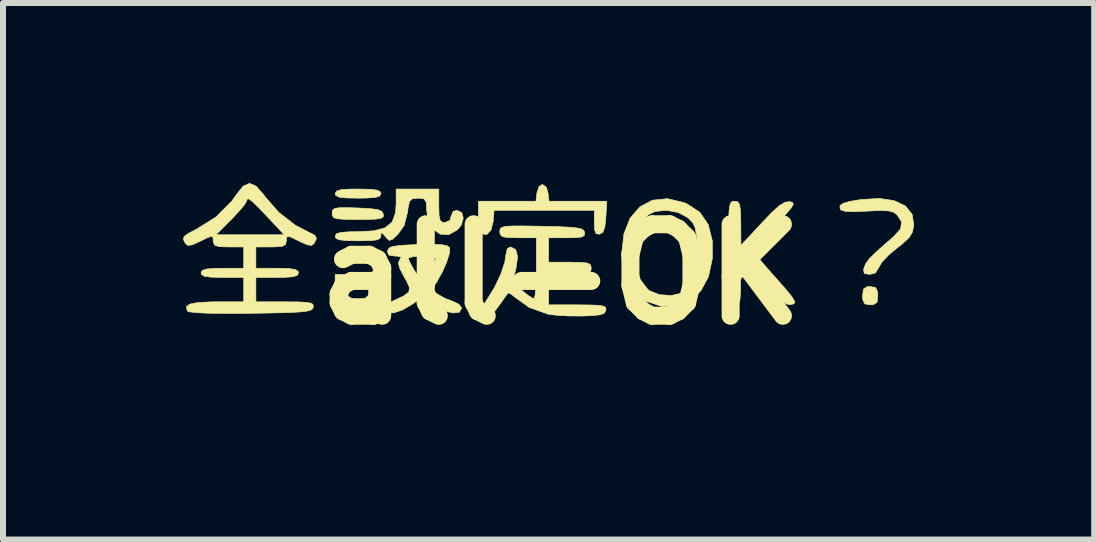
<source format=kicad_pcb>
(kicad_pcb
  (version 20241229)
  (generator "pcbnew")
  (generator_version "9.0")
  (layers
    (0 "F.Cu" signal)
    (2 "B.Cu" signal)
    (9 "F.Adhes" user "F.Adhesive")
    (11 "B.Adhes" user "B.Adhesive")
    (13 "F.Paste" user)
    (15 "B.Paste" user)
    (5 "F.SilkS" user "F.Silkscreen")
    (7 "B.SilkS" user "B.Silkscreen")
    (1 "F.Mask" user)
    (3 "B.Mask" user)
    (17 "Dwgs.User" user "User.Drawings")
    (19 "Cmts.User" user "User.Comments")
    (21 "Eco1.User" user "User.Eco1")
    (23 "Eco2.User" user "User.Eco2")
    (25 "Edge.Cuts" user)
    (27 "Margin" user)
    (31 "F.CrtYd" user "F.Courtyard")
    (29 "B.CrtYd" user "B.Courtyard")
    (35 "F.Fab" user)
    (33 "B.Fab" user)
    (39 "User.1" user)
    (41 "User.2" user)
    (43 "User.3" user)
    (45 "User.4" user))
  (footprint "all-OK"
    (layer "F.Cu")
    (at 6.294 1.522)
    (property "Reference" "all-OK" (at 0 0 0) (layer "F.SilkS") (effects (font (size 1.524 1.524) (thickness 0.3))))
    (attr through_hole)
    (fp_poly (pts (xy 5.247 0.22) (xy 5.28 0.289) (xy 5.283 0.356) (xy 5.27 0.465) (xy 5.211 0.504) (xy 5.156 0.508) (xy 5.065 0.492) (xy 5.032 0.422) (xy 5.029 0.356) (xy 5.043 0.247) (xy 5.101 0.207) (xy 5.156 0.203) (xy 5.247 0.22)) (stroke (width 0.01) (type solid)) (fill yes) (layer "F.SilkS"))
    (fp_poly (pts (xy -3.177 -1.418) (xy -3.059 -1.404) (xy -3.006 -1.375) (xy -2.997 -1.346) (xy -3.017 -1.306) (xy -3.089 -1.282) (xy -3.232 -1.272) (xy -3.378 -1.27) (xy -3.579 -1.274) (xy -3.697 -1.288) (xy -3.75 -1.317) (xy -3.759 -1.346) (xy -3.739 -1.386) (xy -3.667 -1.41) (xy -3.524 -1.421) (xy -3.378 -1.422) (xy -3.177 -1.418)) (stroke (width 0.01) (type solid)) (fill yes) (layer "F.SilkS"))
    (fp_poly (pts (xy -3.177 -0.352) (xy -3.059 -0.337) (xy -3.006 -0.309) (xy -2.997 -0.279) (xy -3.017 -0.239) (xy -3.089 -0.216) (xy -3.232 -0.205) (xy -3.378 -0.203) (xy -3.579 -0.207) (xy -3.697 -0.222) (xy -3.75 -0.25) (xy -3.759 -0.279) (xy -3.739 -0.32) (xy -3.667 -0.343) (xy -3.524 -0.354) (xy -3.378 -0.356) (xy -3.177 -0.352)) (stroke (width 0.01) (type solid)) (fill yes) (layer "F.SilkS"))
    (fp_poly (pts (xy -3.391 -1.107) (xy -3.18 -1.096) (xy -3.051 -1.079) (xy -2.983 -1.051) (xy -2.957 -1.007) (xy -2.956 -1.003) (xy -2.958 -0.96) (xy -2.997 -0.934) (xy -3.091 -0.92) (xy -3.26 -0.915) (xy -3.374 -0.914) (xy -3.585 -0.916) (xy -3.714 -0.925) (xy -3.782 -0.945) (xy -3.807 -0.981) (xy -3.81 -1.018) (xy -3.803 -1.069) (xy -3.768 -1.098) (xy -3.686 -1.111) (xy -3.536 -1.111) (xy -3.391 -1.107)) (stroke (width 0.01) (type solid)) (fill yes) (layer "F.SilkS"))
    (fp_poly (pts (xy -2.997 0.559) (xy -3.271 0.559) (xy -3.452 0.569) (xy -3.55 0.603) (xy -3.574 0.635) (xy -3.642 0.703) (xy -3.681 0.711) (xy -3.723 0.692) (xy -3.748 0.62) (xy -3.758 0.477) (xy -3.759 0.356) (xy -3.759 0.279) (xy -3.556 0.279) (xy -3.543 0.365) (xy -3.483 0.4) (xy -3.378 0.406) (xy -3.258 0.397) (xy -3.209 0.354) (xy -3.2 0.279) (xy -3.214 0.194) (xy -3.273 0.158) (xy -3.378 0.152) (xy -3.498 0.162) (xy -3.548 0.205) (xy -3.556 0.279) (xy -3.759 0.279) (xy -3.759 0) (xy -2.997 0) (xy -2.997 0.559)) (stroke (width 0.01) (type solid)) (fill yes) (layer "F.SilkS"))
    (fp_poly (pts (xy -0.241 -1.453) (xy -0.213 -1.359) (xy -0.196 -1.219) (xy 0.285 -1.219) (xy 0.767 -1.219) (xy 0.752 -0.953) (xy 0.734 -0.787) (xy 0.7 -0.699) (xy 0.648 -0.67) (xy 0.59 -0.677) (xy 0.564 -0.743) (xy 0.559 -0.86) (xy 0.559 -1.067) (xy -1.111 -1.067) (xy -1.127 -0.877) (xy -1.163 -0.738) (xy -1.231 -0.665) (xy -1.313 -0.674) (xy -1.336 -0.693) (xy -1.357 -0.76) (xy -1.37 -0.893) (xy -1.372 -0.974) (xy -1.372 -1.219) (xy -0.892 -1.219) (xy -0.413 -1.219) (xy -0.397 -1.359) (xy -0.36 -1.466) (xy -0.305 -1.499) (xy -0.241 -1.453)) (stroke (width 0.01) (type solid)) (fill yes) (layer "F.SilkS"))
    (fp_poly (pts (xy 5.557 -1.229) (xy 5.744 -1.139) (xy 5.855 -1.001) (xy 5.883 -0.822) (xy 5.861 -0.708) (xy 5.805 -0.613) (xy 5.693 -0.509) (xy 5.6 -0.437) (xy 5.456 -0.316) (xy 5.347 -0.198) (xy 5.302 -0.119) (xy 5.242 -0.022) (xy 5.147 0) (xy 5.058 -0.015) (xy 5.046 -0.077) (xy 5.055 -0.114) (xy 5.083 -0.18) (xy 5.137 -0.254) (xy 5.232 -0.351) (xy 5.381 -0.486) (xy 5.55 -0.631) (xy 5.663 -0.76) (xy 5.679 -0.878) (xy 5.603 -0.993) (xy 5.543 -1.037) (xy 5.454 -1.059) (xy 5.312 -1.064) (xy 5.098 -1.054) (xy 4.876 -1.044) (xy 4.739 -1.051) (xy 4.669 -1.074) (xy 4.655 -1.094) (xy 4.652 -1.146) (xy 4.703 -1.184) (xy 4.823 -1.217) (xy 4.997 -1.246) (xy 5.305 -1.266) (xy 5.557 -1.229)) (stroke (width 0.01) (type solid)) (fill yes) (layer "F.SilkS"))
    (fp_poly (pts (xy 2.055 -1.196) (xy 2.103 -1.176) (xy 2.318 -1.034) (xy 2.458 -0.828) (xy 2.526 -0.555) (xy 2.526 -0.265) (xy 2.463 0.034) (xy 2.336 0.271) (xy 2.156 0.439) (xy 1.937 0.53) (xy 1.69 0.536) (xy 1.428 0.449) (xy 1.426 0.447) (xy 1.226 0.307) (xy 1.097 0.124) (xy 1.03 -0.12) (xy 1.016 -0.355) (xy 1.019 -0.38) (xy 1.226 -0.38) (xy 1.251 -0.134) (xy 1.325 0.086) (xy 1.45 0.25) (xy 1.479 0.273) (xy 1.644 0.338) (xy 1.843 0.352) (xy 2.021 0.31) (xy 2.035 0.303) (xy 2.171 0.179) (xy 2.252 -0.023) (xy 2.28 -0.305) (xy 2.277 -0.445) (xy 2.263 -0.646) (xy 2.24 -0.775) (xy 2.198 -0.862) (xy 2.128 -0.936) (xy 2.117 -0.945) (xy 1.957 -1.031) (xy 1.762 -1.067) (xy 1.575 -1.049) (xy 1.461 -0.996) (xy 1.331 -0.84) (xy 1.253 -0.625) (xy 1.226 -0.38) (xy 1.019 -0.38) (xy 1.053 -0.678) (xy 1.156 -0.937) (xy 1.317 -1.125) (xy 1.527 -1.236) (xy 1.776 -1.262) (xy 2.055 -1.196)) (stroke (width 0.01) (type solid)) (fill yes) (layer "F.SilkS"))
    (fp_poly (pts (xy -2.032 -1.143) (xy -2.028 -0.982) (xy -2.009 -0.897) (xy -1.966 -0.867) (xy -1.93 -0.864) (xy -1.845 -0.9) (xy -1.829 -0.965) (xy -1.793 -1.05) (xy -1.727 -1.067) (xy -1.649 -1.029) (xy -1.625 -0.938) (xy -1.656 -0.825) (xy -1.719 -0.744) (xy -1.866 -0.662) (xy -2.009 -0.67) (xy -2.13 -0.755) (xy -2.211 -0.907) (xy -2.235 -1.078) (xy -2.242 -1.204) (xy -2.279 -1.258) (xy -2.368 -1.27) (xy -2.381 -1.27) (xy -2.471 -1.261) (xy -2.519 -1.218) (xy -2.544 -1.112) (xy -2.553 -1.035) (xy -2.61 -0.814) (xy -2.715 -0.667) (xy -2.806 -0.583) (xy -2.859 -0.566) (xy -2.907 -0.61) (xy -2.924 -0.632) (xy -2.978 -0.696) (xy -2.996 -0.677) (xy -2.997 -0.645) (xy -3.011 -0.6) (xy -3.067 -0.574) (xy -3.185 -0.562) (xy -3.378 -0.559) (xy -3.579 -0.563) (xy -3.697 -0.577) (xy -3.75 -0.606) (xy -3.759 -0.635) (xy -3.739 -0.676) (xy -3.666 -0.699) (xy -3.522 -0.71) (xy -3.385 -0.711) (xy -3.112 -0.726) (xy -2.925 -0.777) (xy -2.809 -0.874) (xy -2.754 -1.025) (xy -2.743 -1.172) (xy -2.743 -1.422) (xy -2.032 -1.422) (xy -2.032 -1.143)) (stroke (width 0.01) (type solid)) (fill yes) (layer "F.SilkS"))
    (fp_poly (pts (xy 2.948 -1.21) (xy 2.979 -1.167) (xy 2.994 -1.07) (xy 2.999 -0.897) (xy 3 -0.851) (xy 3.002 -0.483) (xy 3.348 -0.855) (xy 3.52 -1.035) (xy 3.644 -1.146) (xy 3.735 -1.201) (xy 3.81 -1.212) (xy 3.815 -1.211) (xy 3.863 -1.198) (xy 3.875 -1.168) (xy 3.84 -1.107) (xy 3.752 -1.004) (xy 3.603 -0.843) (xy 3.568 -0.807) (xy 3.417 -0.645) (xy 3.296 -0.512) (xy 3.219 -0.423) (xy 3.2 -0.395) (xy 3.232 -0.349) (xy 3.319 -0.244) (xy 3.446 -0.096) (xy 3.581 0.057) (xy 3.745 0.242) (xy 3.846 0.365) (xy 3.894 0.441) (xy 3.896 0.481) (xy 3.86 0.498) (xy 3.85 0.5) (xy 3.799 0.503) (xy 3.748 0.487) (xy 3.683 0.441) (xy 3.593 0.355) (xy 3.466 0.216) (xy 3.289 0.016) (xy 3.213 -0.071) (xy 2.997 -0.319) (xy 2.997 0.094) (xy 2.995 0.299) (xy 2.986 0.422) (xy 2.964 0.485) (xy 2.925 0.506) (xy 2.896 0.508) (xy 2.859 0.503) (xy 2.832 0.48) (xy 2.814 0.425) (xy 2.803 0.322) (xy 2.797 0.158) (xy 2.794 -0.081) (xy 2.794 -0.356) (xy 2.795 -0.67) (xy 2.797 -0.897) (xy 2.804 -1.052) (xy 2.816 -1.146) (xy 2.835 -1.197) (xy 2.863 -1.216) (xy 2.896 -1.219) (xy 2.948 -1.21)) (stroke (width 0.01) (type solid)) (fill yes) (layer "F.SilkS"))
    (fp_poly (pts (xy -1.981 -0.495) (xy -1.893 -0.477) (xy -1.853 -0.445) (xy -1.849 -0.437) (xy -1.855 -0.35) (xy -1.9 -0.208) (xy -1.972 -0.043) (xy -2.058 0.112) (xy -2.093 0.164) (xy -2.127 0.241) (xy -2.082 0.308) (xy -2.056 0.328) (xy -1.931 0.399) (xy -1.803 0.447) (xy -1.697 0.497) (xy -1.651 0.56) (xy -1.651 0.562) (xy -1.69 0.631) (xy -1.798 0.644) (xy -1.96 0.6) (xy -2.101 0.535) (xy -2.345 0.405) (xy -2.484 0.504) (xy -2.634 0.59) (xy -2.778 0.64) (xy -2.885 0.643) (xy -2.91 0.629) (xy -2.944 0.56) (xy -2.891 0.494) (xy -2.781 0.436) (xy -2.615 0.358) (xy -2.532 0.294) (xy -2.521 0.22) (xy -2.57 0.11) (xy -2.61 0.041) (xy -2.686 -0.106) (xy -2.706 -0.195) (xy -2.682 -0.245) (xy -2.67 -0.267) (xy -2.54 -0.267) (xy -2.515 -0.2) (xy -2.458 -0.095) (xy -2.388 0.013) (xy -2.331 0.088) (xy -2.311 0.102) (xy -2.27 0.063) (xy -2.202 -0.034) (xy -2.184 -0.064) (xy -2.118 -0.18) (xy -2.084 -0.258) (xy -2.083 -0.267) (xy -2.128 -0.289) (xy -2.243 -0.303) (xy -2.311 -0.305) (xy -2.448 -0.297) (xy -2.529 -0.278) (xy -2.54 -0.267) (xy -2.67 -0.267) (xy -2.66 -0.288) (xy -2.722 -0.304) (xy -2.762 -0.305) (xy -2.864 -0.321) (xy -2.888 -0.379) (xy -2.886 -0.394) (xy -2.865 -0.436) (xy -2.808 -0.464) (xy -2.697 -0.481) (xy -2.514 -0.492) (xy -2.373 -0.497) (xy -2.135 -0.501) (xy -1.981 -0.495)) (stroke (width 0.01) (type solid)) (fill yes) (layer "F.SilkS"))
    (fp_poly (pts (xy -0.374 -0.803) (xy -0.318 -0.802) (xy -0.037 -0.795) (xy 0.159 -0.785) (xy 0.284 -0.772) (xy 0.356 -0.752) (xy 0.389 -0.722) (xy 0.397 -0.699) (xy 0.393 -0.649) (xy 0.344 -0.622) (xy 0.229 -0.611) (xy 0.105 -0.61) (xy -0.203 -0.61) (xy -0.203 -0.203) (xy 0.152 -0.203) (xy 0.339 -0.2) (xy 0.446 -0.188) (xy 0.495 -0.16) (xy 0.508 -0.11) (xy 0.508 -0.102) (xy 0.498 -0.048) (xy 0.455 -0.018) (xy 0.356 -0.004) (xy 0.181 -0.000029) (xy 0.152 0) (xy -0.203 0) (xy -0.203 0.508) (xy 0.283 0.508) (xy 0.509 0.51) (xy 0.65 0.517) (xy 0.726 0.534) (xy 0.753 0.563) (xy 0.752 0.597) (xy 0.728 0.644) (xy 0.662 0.672) (xy 0.533 0.687) (xy 0.355 0.694) (xy 0.14 0.693) (xy -0.06 0.682) (xy -0.202 0.665) (xy -0.203 0.665) (xy -0.521 0.553) (xy -0.749 0.391) (xy -0.834 0.325) (xy -0.879 0.308) (xy -0.88 0.309) (xy -0.917 0.361) (xy -0.988 0.463) (xy -1.011 0.495) (xy -1.098 0.611) (xy -1.161 0.653) (xy -1.23 0.634) (xy -1.264 0.614) (xy -1.301 0.569) (xy -1.28 0.498) (xy -1.226 0.415) (xy -1.101 0.213) (xy -0.999 -0.005) (xy -0.932 -0.204) (xy -0.916 -0.318) (xy -0.89 -0.43) (xy -0.837 -0.457) (xy -0.751 -0.415) (xy -0.719 -0.296) (xy -0.744 -0.111) (xy -0.752 -0.081) (xy -0.784 0.054) (xy -0.771 0.14) (xy -0.7 0.221) (xy -0.648 0.267) (xy -0.539 0.354) (xy -0.46 0.402) (xy -0.446 0.406) (xy -0.43 0.359) (xy -0.416 0.232) (xy -0.408 0.046) (xy -0.406 -0.102) (xy -0.406 -0.61) (xy -0.711 -0.61) (xy -0.881 -0.613) (xy -0.973 -0.629) (xy -1.01 -0.666) (xy -1.016 -0.713) (xy -1.011 -0.754) (xy -0.987 -0.782) (xy -0.927 -0.798) (xy -0.815 -0.806) (xy -0.636 -0.807) (xy -0.374 -0.803)) (stroke (width 0.01) (type solid)) (fill yes) (layer "F.SilkS"))
    (fp_poly (pts (xy -5.074 -1.468) (xy -4.946 -1.322) (xy -4.926 -1.293) (xy -4.7 -1.034) (xy -4.423 -0.819) (xy -4.218 -0.712) (xy -4.103 -0.656) (xy -4.07 -0.602) (xy -4.104 -0.524) (xy -4.109 -0.516) (xy -4.153 -0.482) (xy -4.233 -0.496) (xy -4.362 -0.555) (xy -4.49 -0.618) (xy -4.551 -0.636) (xy -4.57 -0.608) (xy -4.572 -0.56) (xy -4.585 -0.498) (xy -4.641 -0.468) (xy -4.765 -0.458) (xy -4.826 -0.457) (xy -5.08 -0.457) (xy -5.08 -0.102) (xy -4.724 -0.102) (xy -4.531 -0.097) (xy -4.421 -0.081) (xy -4.374 -0.049) (xy -4.369 -0.025) (xy -4.39 0.016) (xy -4.465 0.04) (xy -4.613 0.05) (xy -4.724 0.051) (xy -5.08 0.051) (xy -5.08 0.457) (xy -4.594 0.457) (xy -4.368 0.459) (xy -4.226 0.467) (xy -4.151 0.483) (xy -4.123 0.512) (xy -4.124 0.546) (xy -4.138 0.576) (xy -4.175 0.599) (xy -4.248 0.616) (xy -4.37 0.628) (xy -4.555 0.637) (xy -4.814 0.643) (xy -5.163 0.649) (xy -5.166 0.649) (xy -5.554 0.651) (xy -5.858 0.648) (xy -6.074 0.638) (xy -6.196 0.623) (xy -6.222 0.611) (xy -6.239 0.542) (xy -6.184 0.496) (xy -6.048 0.469) (xy -5.823 0.458) (xy -5.737 0.457) (xy -5.283 0.457) (xy -5.283 0.051) (xy -5.639 0.051) (xy -5.832 0.046) (xy -5.943 0.03) (xy -5.989 -0.002) (xy -5.994 -0.025) (xy -5.973 -0.067) (xy -5.898 -0.09) (xy -5.75 -0.1) (xy -5.639 -0.102) (xy -5.283 -0.102) (xy -5.283 -0.457) (xy -5.537 -0.457) (xy -5.689 -0.462) (xy -5.765 -0.485) (xy -5.79 -0.535) (xy -5.791 -0.56) (xy -5.795 -0.62) (xy -5.824 -0.635) (xy -5.902 -0.605) (xy -6.001 -0.555) (xy -6.137 -0.493) (xy -6.214 -0.483) (xy -6.255 -0.516) (xy -6.289 -0.584) (xy -6.276 -0.633) (xy -6.237 -0.66) (xy -5.745 -0.66) (xy -4.608 -0.66) (xy -4.882 -0.953) (xy -5.042 -1.12) (xy -5.146 -1.22) (xy -5.205 -1.261) (xy -5.229 -1.251) (xy -5.232 -1.226) (xy -5.266 -1.166) (xy -5.355 -1.059) (xy -5.479 -0.926) (xy -5.489 -0.917) (xy -5.745 -0.66) (xy -6.237 -0.66) (xy -6.2 -0.686) (xy -6.082 -0.746) (xy -5.744 -0.957) (xy -5.478 -1.225) (xy -5.405 -1.329) (xy -5.292 -1.471) (xy -5.186 -1.517) (xy -5.074 -1.468)) (stroke (width 0.01) (type solid)) (fill yes) (layer "F.SilkS")))
  (gr_rect
    (start -3 -3)
    (end 15.182 5.94)
    (stroke (width 0.1) (type default))
    (fill no)
    (layer "Edge.Cuts")))
</source>
